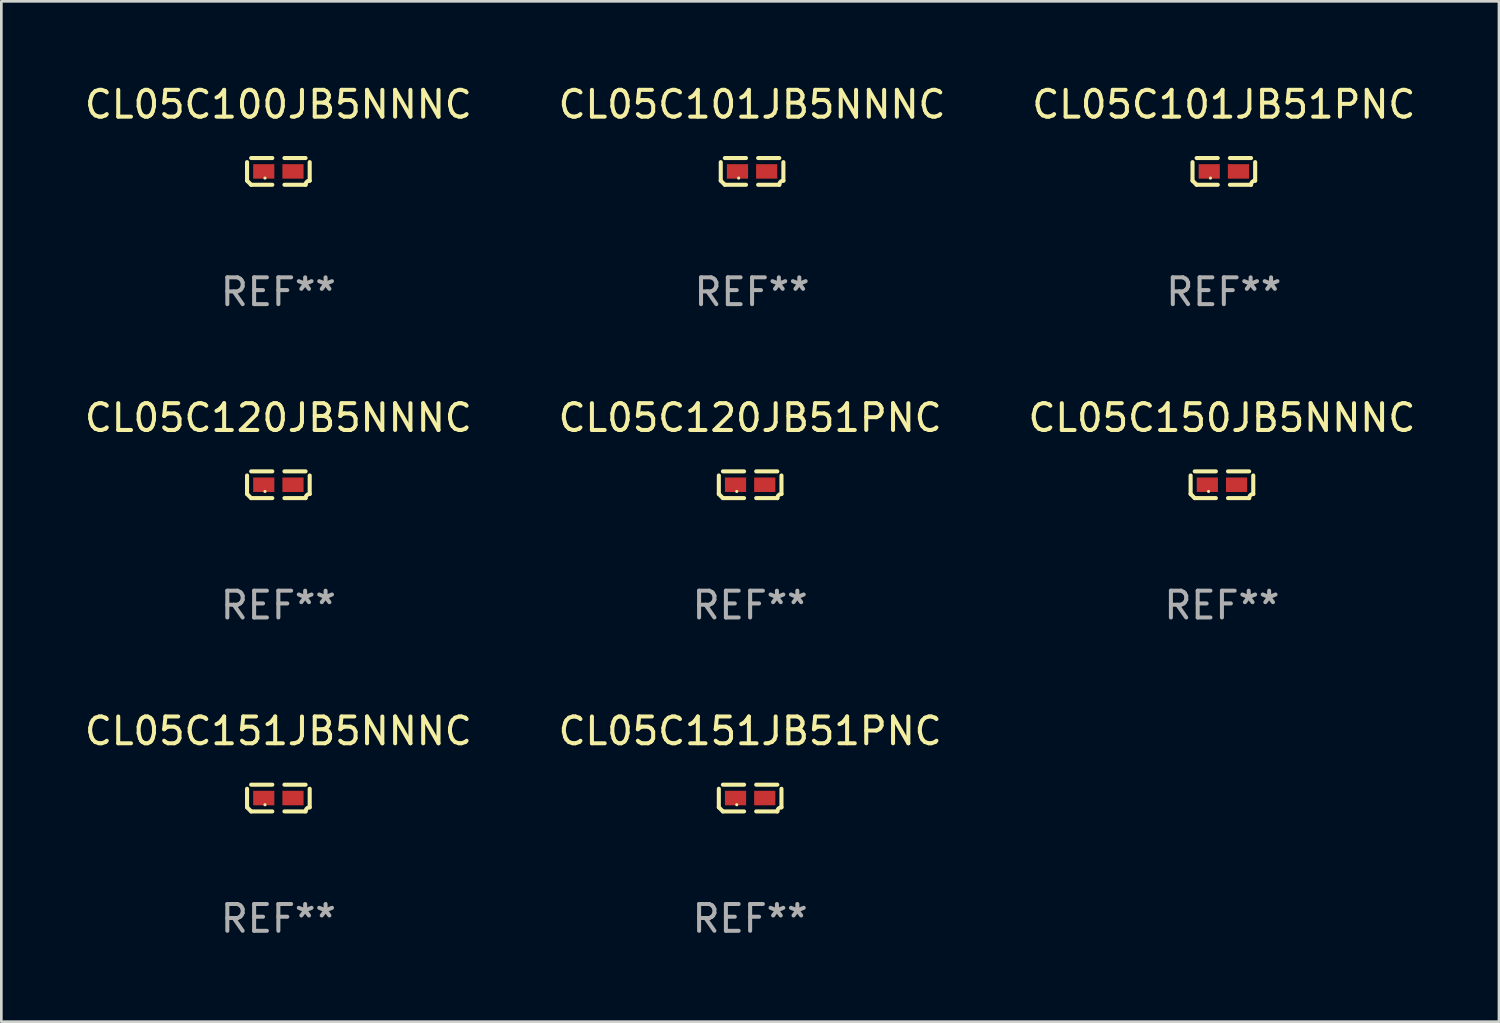
<source format=kicad_pcb>
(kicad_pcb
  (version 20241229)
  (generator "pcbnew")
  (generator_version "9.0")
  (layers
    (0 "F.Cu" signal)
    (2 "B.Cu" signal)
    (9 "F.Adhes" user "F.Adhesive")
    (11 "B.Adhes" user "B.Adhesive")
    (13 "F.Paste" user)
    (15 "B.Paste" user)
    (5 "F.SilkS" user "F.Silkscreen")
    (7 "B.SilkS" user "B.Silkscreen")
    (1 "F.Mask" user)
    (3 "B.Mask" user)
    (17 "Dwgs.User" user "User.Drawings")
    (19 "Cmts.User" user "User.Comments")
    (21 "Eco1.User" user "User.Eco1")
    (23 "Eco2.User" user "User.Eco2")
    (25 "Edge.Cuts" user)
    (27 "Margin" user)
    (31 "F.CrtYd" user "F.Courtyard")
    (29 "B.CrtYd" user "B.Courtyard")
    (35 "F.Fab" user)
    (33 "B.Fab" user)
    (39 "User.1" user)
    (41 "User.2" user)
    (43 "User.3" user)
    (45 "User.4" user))
  (footprint "CL05C101JB51PNC"
    (layer "F.Cu")
    (at 42.625 3.347)
    (property "Reference" "CL05C101JB51PNC" (at 0 -2.499 0) (layer "F.SilkS") (effects (font (size 1 1) (thickness 0.15))))
    (attr through_hole)
    (fp_line (start -1.169 0.346) (end -1.169 -0.346) (stroke (width 0.152) (type solid)) (layer "F.SilkS"))
    (fp_line (start -1.016 -0.499) (end -0.226 -0.499) (stroke (width 0.152) (type solid)) (layer "F.SilkS"))
    (fp_line (start -0.226 0.499) (end -1.016 0.499) (stroke (width 0.152) (type solid)) (layer "F.SilkS"))
    (fp_line (start 0.226 0.499) (end 1.016 0.499) (stroke (width 0.152) (type solid)) (layer "F.SilkS"))
    (fp_line (start 1.016 -0.499) (end 0.226 -0.499) (stroke (width 0.152) (type solid)) (layer "F.SilkS"))
    (fp_line (start 1.169 0.346) (end 1.169 -0.346) (stroke (width 0.152) (type solid)) (layer "F.SilkS"))
    (fp_arc (start -1.016307 0.498603) (mid -1.092512 0.422405) (end -1.16871 0.3462) (stroke (width 0.1524) (type solid)) (layer "F.SilkS"))
    (fp_arc (start 1.016307 0.498603) (mid 1.060899 0.390758) (end 1.168707 0.346076) (stroke (width 0.1524) (type solid)) (layer "F.SilkS"))
    (fp_circle (center -0.5 0.25) (end -0.47 0.25) (stroke (width 0.06) (type solid)) (fill no) (layer "F.SilkS"))
    (fp_text user "REF**" (at 0 4.499 0) (layer "F.Fab") (effects (font (size 1 1) (thickness 0.15))))
    (pad "1" smd rect (at -0.545 0) (size 0.79 0.54) (layers "F.Cu" "F.Mask" "F.Paste"))
    (pad "2" smd rect (at 0.545 0) (size 0.79 0.54) (layers "F.Cu" "F.Mask" "F.Paste")))
  (footprint "CL05C100JB5NNNC"
    (layer "F.Cu")
    (at 7.339 3.347)
    (property "Reference" "CL05C100JB5NNNC" (at 0 -2.499 0) (layer "F.SilkS") (effects (font (size 1 1) (thickness 0.15))))
    (attr through_hole)
    (fp_line (start -1.169 0.346) (end -1.169 -0.346) (stroke (width 0.152) (type solid)) (layer "F.SilkS"))
    (fp_line (start -1.016 -0.499) (end -0.226 -0.499) (stroke (width 0.152) (type solid)) (layer "F.SilkS"))
    (fp_line (start -0.226 0.499) (end -1.016 0.499) (stroke (width 0.152) (type solid)) (layer "F.SilkS"))
    (fp_line (start 0.226 0.499) (end 1.016 0.499) (stroke (width 0.152) (type solid)) (layer "F.SilkS"))
    (fp_line (start 1.016 -0.499) (end 0.226 -0.499) (stroke (width 0.152) (type solid)) (layer "F.SilkS"))
    (fp_line (start 1.169 0.346) (end 1.169 -0.346) (stroke (width 0.152) (type solid)) (layer "F.SilkS"))
    (fp_arc (start -1.016307 0.498603) (mid -1.092512 0.422405) (end -1.16871 0.3462) (stroke (width 0.1524) (type solid)) (layer "F.SilkS"))
    (fp_arc (start 1.016307 0.498603) (mid 1.060899 0.390758) (end 1.168707 0.346076) (stroke (width 0.1524) (type solid)) (layer "F.SilkS"))
    (fp_circle (center -0.5 0.25) (end -0.47 0.25) (stroke (width 0.06) (type solid)) (fill no) (layer "F.SilkS"))
    (fp_text user "REF**" (at 0 4.499 0) (layer "F.Fab") (effects (font (size 1 1) (thickness 0.15))))
    (pad "1" smd rect (at -0.545 0) (size 0.79 0.54) (layers "F.Cu" "F.Mask" "F.Paste"))
    (pad "2" smd rect (at 0.545 0) (size 0.79 0.54) (layers "F.Cu" "F.Mask" "F.Paste")))
  (footprint "CL05C150JB5NNNC"
    (layer "F.Cu")
    (at 42.554 15.041)
    (property "Reference" "CL05C150JB5NNNC" (at 0 -2.499 0) (layer "F.SilkS") (effects (font (size 1 1) (thickness 0.15))))
    (attr through_hole)
    (fp_line (start -1.169 0.346) (end -1.169 -0.346) (stroke (width 0.152) (type solid)) (layer "F.SilkS"))
    (fp_line (start -1.016 -0.499) (end -0.226 -0.499) (stroke (width 0.152) (type solid)) (layer "F.SilkS"))
    (fp_line (start -0.226 0.499) (end -1.016 0.499) (stroke (width 0.152) (type solid)) (layer "F.SilkS"))
    (fp_line (start 0.226 0.499) (end 1.016 0.499) (stroke (width 0.152) (type solid)) (layer "F.SilkS"))
    (fp_line (start 1.016 -0.499) (end 0.226 -0.499) (stroke (width 0.152) (type solid)) (layer "F.SilkS"))
    (fp_line (start 1.169 0.346) (end 1.169 -0.346) (stroke (width 0.152) (type solid)) (layer "F.SilkS"))
    (fp_arc (start -1.016307 0.498603) (mid -1.092512 0.422405) (end -1.16871 0.3462) (stroke (width 0.1524) (type solid)) (layer "F.SilkS"))
    (fp_arc (start 1.016307 0.498603) (mid 1.060899 0.390758) (end 1.168707 0.346076) (stroke (width 0.1524) (type solid)) (layer "F.SilkS"))
    (fp_circle (center -0.5 0.25) (end -0.47 0.25) (stroke (width 0.06) (type solid)) (fill no) (layer "F.SilkS"))
    (fp_text user "REF**" (at 0 4.499 0) (layer "F.Fab") (effects (font (size 1 1) (thickness 0.15))))
    (pad "1" smd rect (at -0.545 0) (size 0.79 0.54) (layers "F.Cu" "F.Mask" "F.Paste"))
    (pad "2" smd rect (at 0.545 0) (size 0.79 0.54) (layers "F.Cu" "F.Mask" "F.Paste")))
  (footprint "CL05C120JB5NNNC"
    (layer "F.Cu")
    (at 7.339 15.041)
    (property "Reference" "CL05C120JB5NNNC" (at 0 -2.499 0) (layer "F.SilkS") (effects (font (size 1 1) (thickness 0.15))))
    (attr through_hole)
    (fp_line (start -1.169 0.346) (end -1.169 -0.346) (stroke (width 0.152) (type solid)) (layer "F.SilkS"))
    (fp_line (start -1.016 -0.499) (end -0.226 -0.499) (stroke (width 0.152) (type solid)) (layer "F.SilkS"))
    (fp_line (start -0.226 0.499) (end -1.016 0.499) (stroke (width 0.152) (type solid)) (layer "F.SilkS"))
    (fp_line (start 0.226 0.499) (end 1.016 0.499) (stroke (width 0.152) (type solid)) (layer "F.SilkS"))
    (fp_line (start 1.016 -0.499) (end 0.226 -0.499) (stroke (width 0.152) (type solid)) (layer "F.SilkS"))
    (fp_line (start 1.169 0.346) (end 1.169 -0.346) (stroke (width 0.152) (type solid)) (layer "F.SilkS"))
    (fp_arc (start -1.016307 0.498603) (mid -1.092512 0.422405) (end -1.16871 0.3462) (stroke (width 0.1524) (type solid)) (layer "F.SilkS"))
    (fp_arc (start 1.016307 0.498603) (mid 1.060899 0.390758) (end 1.168707 0.346076) (stroke (width 0.1524) (type solid)) (layer "F.SilkS"))
    (fp_circle (center -0.5 0.25) (end -0.47 0.25) (stroke (width 0.06) (type solid)) (fill no) (layer "F.SilkS"))
    (fp_text user "REF**" (at 0 4.499 0) (layer "F.Fab") (effects (font (size 1 1) (thickness 0.15))))
    (pad "1" smd rect (at -0.545 0) (size 0.79 0.54) (layers "F.Cu" "F.Mask" "F.Paste"))
    (pad "2" smd rect (at 0.545 0) (size 0.79 0.54) (layers "F.Cu" "F.Mask" "F.Paste")))
  (footprint "CL05C120JB51PNC"
    (layer "F.Cu")
    (at 24.946 15.041)
    (property "Reference" "CL05C120JB51PNC" (at 0 -2.499 0) (layer "F.SilkS") (effects (font (size 1 1) (thickness 0.15))))
    (attr through_hole)
    (fp_line (start -1.169 0.346) (end -1.169 -0.346) (stroke (width 0.152) (type solid)) (layer "F.SilkS"))
    (fp_line (start -1.016 -0.499) (end -0.226 -0.499) (stroke (width 0.152) (type solid)) (layer "F.SilkS"))
    (fp_line (start -0.226 0.499) (end -1.016 0.499) (stroke (width 0.152) (type solid)) (layer "F.SilkS"))
    (fp_line (start 0.226 0.499) (end 1.016 0.499) (stroke (width 0.152) (type solid)) (layer "F.SilkS"))
    (fp_line (start 1.016 -0.499) (end 0.226 -0.499) (stroke (width 0.152) (type solid)) (layer "F.SilkS"))
    (fp_line (start 1.169 0.346) (end 1.169 -0.346) (stroke (width 0.152) (type solid)) (layer "F.SilkS"))
    (fp_arc (start -1.016307 0.498603) (mid -1.092512 0.422405) (end -1.16871 0.3462) (stroke (width 0.1524) (type solid)) (layer "F.SilkS"))
    (fp_arc (start 1.016307 0.498603) (mid 1.060899 0.390758) (end 1.168707 0.346076) (stroke (width 0.1524) (type solid)) (layer "F.SilkS"))
    (fp_circle (center -0.5 0.25) (end -0.47 0.25) (stroke (width 0.06) (type solid)) (fill no) (layer "F.SilkS"))
    (fp_text user "REF**" (at 0 4.499 0) (layer "F.Fab") (effects (font (size 1 1) (thickness 0.15))))
    (pad "1" smd rect (at -0.545 0) (size 0.79 0.54) (layers "F.Cu" "F.Mask" "F.Paste"))
    (pad "2" smd rect (at 0.545 0) (size 0.79 0.54) (layers "F.Cu" "F.Mask" "F.Paste")))
  (footprint "CL05C151JB5NNNC"
    (layer "F.Cu")
    (at 7.339 26.734)
    (property "Reference" "CL05C151JB5NNNC" (at 0 -2.499 0) (layer "F.SilkS") (effects (font (size 1 1) (thickness 0.15))))
    (attr through_hole)
    (fp_line (start -1.169 0.346) (end -1.169 -0.346) (stroke (width 0.152) (type solid)) (layer "F.SilkS"))
    (fp_line (start -1.016 -0.499) (end -0.226 -0.499) (stroke (width 0.152) (type solid)) (layer "F.SilkS"))
    (fp_line (start -0.226 0.499) (end -1.016 0.499) (stroke (width 0.152) (type solid)) (layer "F.SilkS"))
    (fp_line (start 0.226 0.499) (end 1.016 0.499) (stroke (width 0.152) (type solid)) (layer "F.SilkS"))
    (fp_line (start 1.016 -0.499) (end 0.226 -0.499) (stroke (width 0.152) (type solid)) (layer "F.SilkS"))
    (fp_line (start 1.169 0.346) (end 1.169 -0.346) (stroke (width 0.152) (type solid)) (layer "F.SilkS"))
    (fp_arc (start -1.016307 0.498603) (mid -1.092512 0.422405) (end -1.16871 0.3462) (stroke (width 0.1524) (type solid)) (layer "F.SilkS"))
    (fp_arc (start 1.016307 0.498603) (mid 1.060899 0.390758) (end 1.168707 0.346076) (stroke (width 0.1524) (type solid)) (layer "F.SilkS"))
    (fp_circle (center -0.5 0.25) (end -0.47 0.25) (stroke (width 0.06) (type solid)) (fill no) (layer "F.SilkS"))
    (fp_text user "REF**" (at 0 4.499 0) (layer "F.Fab") (effects (font (size 1 1) (thickness 0.15))))
    (pad "1" smd rect (at -0.545 0) (size 0.79 0.54) (layers "F.Cu" "F.Mask" "F.Paste"))
    (pad "2" smd rect (at 0.545 0) (size 0.79 0.54) (layers "F.Cu" "F.Mask" "F.Paste")))
  (footprint "CL05C151JB51PNC"
    (layer "F.Cu")
    (at 24.946 26.734)
    (property "Reference" "CL05C151JB51PNC" (at 0 -2.499 0) (layer "F.SilkS") (effects (font (size 1 1) (thickness 0.15))))
    (attr through_hole)
    (fp_line (start -1.169 0.346) (end -1.169 -0.346) (stroke (width 0.152) (type solid)) (layer "F.SilkS"))
    (fp_line (start -1.016 -0.499) (end -0.226 -0.499) (stroke (width 0.152) (type solid)) (layer "F.SilkS"))
    (fp_line (start -0.226 0.499) (end -1.016 0.499) (stroke (width 0.152) (type solid)) (layer "F.SilkS"))
    (fp_line (start 0.226 0.499) (end 1.016 0.499) (stroke (width 0.152) (type solid)) (layer "F.SilkS"))
    (fp_line (start 1.016 -0.499) (end 0.226 -0.499) (stroke (width 0.152) (type solid)) (layer "F.SilkS"))
    (fp_line (start 1.169 0.346) (end 1.169 -0.346) (stroke (width 0.152) (type solid)) (layer "F.SilkS"))
    (fp_arc (start -1.016307 0.498603) (mid -1.092512 0.422405) (end -1.16871 0.3462) (stroke (width 0.1524) (type solid)) (layer "F.SilkS"))
    (fp_arc (start 1.016307 0.498603) (mid 1.060899 0.390758) (end 1.168707 0.346076) (stroke (width 0.1524) (type solid)) (layer "F.SilkS"))
    (fp_circle (center -0.5 0.25) (end -0.47 0.25) (stroke (width 0.06) (type solid)) (fill no) (layer "F.SilkS"))
    (fp_text user "REF**" (at 0 4.499 0) (layer "F.Fab") (effects (font (size 1 1) (thickness 0.15))))
    (pad "1" smd rect (at -0.545 0) (size 0.79 0.54) (layers "F.Cu" "F.Mask" "F.Paste"))
    (pad "2" smd rect (at 0.545 0) (size 0.79 0.54) (layers "F.Cu" "F.Mask" "F.Paste")))
  (footprint "CL05C101JB5NNNC"
    (layer "F.Cu")
    (at 25.018 3.347)
    (property "Reference" "CL05C101JB5NNNC" (at 0 -2.499 0) (layer "F.SilkS") (effects (font (size 1 1) (thickness 0.15))))
    (attr through_hole)
    (fp_line (start -1.169 0.346) (end -1.169 -0.346) (stroke (width 0.152) (type solid)) (layer "F.SilkS"))
    (fp_line (start -1.016 -0.499) (end -0.226 -0.499) (stroke (width 0.152) (type solid)) (layer "F.SilkS"))
    (fp_line (start -0.226 0.499) (end -1.016 0.499) (stroke (width 0.152) (type solid)) (layer "F.SilkS"))
    (fp_line (start 0.226 0.499) (end 1.016 0.499) (stroke (width 0.152) (type solid)) (layer "F.SilkS"))
    (fp_line (start 1.016 -0.499) (end 0.226 -0.499) (stroke (width 0.152) (type solid)) (layer "F.SilkS"))
    (fp_line (start 1.169 0.346) (end 1.169 -0.346) (stroke (width 0.152) (type solid)) (layer "F.SilkS"))
    (fp_arc (start -1.016307 0.498603) (mid -1.092512 0.422405) (end -1.16871 0.3462) (stroke (width 0.1524) (type solid)) (layer "F.SilkS"))
    (fp_arc (start 1.016307 0.498603) (mid 1.060899 0.390758) (end 1.168707 0.346076) (stroke (width 0.1524) (type solid)) (layer "F.SilkS"))
    (fp_circle (center -0.5 0.25) (end -0.47 0.25) (stroke (width 0.06) (type solid)) (fill no) (layer "F.SilkS"))
    (fp_text user "REF**" (at 0 4.499 0) (layer "F.Fab") (effects (font (size 1 1) (thickness 0.15))))
    (pad "1" smd rect (at -0.545 0) (size 0.79 0.54) (layers "F.Cu" "F.Mask" "F.Paste"))
    (pad "2" smd rect (at 0.545 0) (size 0.79 0.54) (layers "F.Cu" "F.Mask" "F.Paste")))
  (gr_rect
    (start -3 -3)
    (end 52.893 35.081)
    (stroke (width 0.1) (type default))
    (fill no)
    (layer "Edge.Cuts")))
</source>
